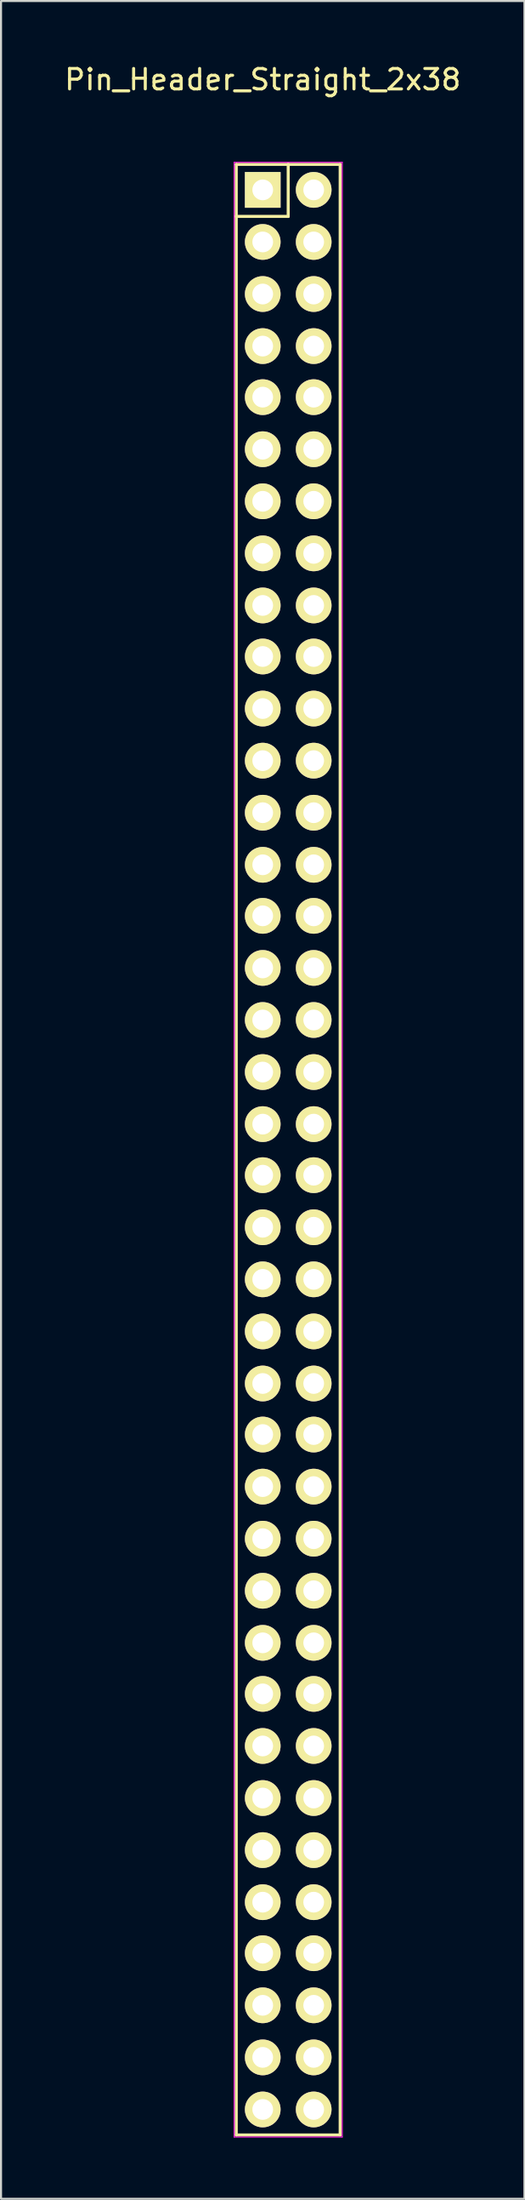
<source format=kicad_pcb>
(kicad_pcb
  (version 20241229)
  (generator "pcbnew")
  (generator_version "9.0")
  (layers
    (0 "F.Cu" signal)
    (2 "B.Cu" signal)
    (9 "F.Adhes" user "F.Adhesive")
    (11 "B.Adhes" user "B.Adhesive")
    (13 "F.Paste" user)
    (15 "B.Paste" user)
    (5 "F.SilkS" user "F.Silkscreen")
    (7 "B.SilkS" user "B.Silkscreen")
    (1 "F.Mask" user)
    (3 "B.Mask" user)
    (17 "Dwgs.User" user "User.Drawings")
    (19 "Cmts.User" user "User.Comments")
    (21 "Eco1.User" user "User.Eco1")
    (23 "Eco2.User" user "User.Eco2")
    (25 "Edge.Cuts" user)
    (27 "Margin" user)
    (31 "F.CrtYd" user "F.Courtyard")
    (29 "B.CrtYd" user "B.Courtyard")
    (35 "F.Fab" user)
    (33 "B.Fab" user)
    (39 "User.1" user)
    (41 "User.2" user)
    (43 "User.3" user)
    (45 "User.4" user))
  (footprint "Pin_Header_Straight_2x38"
    (layer "F.Cu")
    (at 9.839 6.248)
    (property "Reference" "Pin_Header_Straight_2x38" (at 0 -5.4 0) (layer "F.SilkS") (effects (font (size 1 1) (thickness 0.15))))
    (attr through_hole)
    (fp_line (start -1.3 -1.25) (end -1.3 1.3) (stroke (width 0.15) (type solid)) (layer "F.SilkS"))
    (fp_line (start -1.3 -1.25) (end 1.25 -1.25) (stroke (width 0.15) (type solid)) (layer "F.SilkS"))
    (fp_line (start -1.3 95.25) (end -1.3 1.3) (stroke (width 0.15) (type solid)) (layer "F.SilkS"))
    (fp_line (start 1.25 -1.25) (end 1.25 1.3) (stroke (width 0.15) (type solid)) (layer "F.SilkS"))
    (fp_line (start 1.25 1.3) (end -1.3 1.3) (stroke (width 0.15) (type solid)) (layer "F.SilkS"))
    (fp_line (start 3.8 -1.25) (end 1.25 -1.25) (stroke (width 0.15) (type solid)) (layer "F.SilkS"))
    (fp_line (start 3.8 -1.25) (end 3.8 95.25) (stroke (width 0.15) (type solid)) (layer "F.SilkS"))
    (fp_line (start 3.8 95.25) (end -1.3 95.25) (stroke (width 0.15) (type solid)) (layer "F.SilkS"))
    (fp_line (start -1.4 -1.35) (end -1.4 95.35) (stroke (width 0.05) (type solid)) (layer "F.CrtYd"))
    (fp_line (start -1.4 -1.35) (end 3.9 -1.35) (stroke (width 0.05) (type solid)) (layer "F.CrtYd"))
    (fp_line (start -1.4 95.35) (end 3.9 95.35) (stroke (width 0.05) (type solid)) (layer "F.CrtYd"))
    (fp_line (start 3.9 -1.35) (end 3.9 95.35) (stroke (width 0.05) (type solid)) (layer "F.CrtYd"))
    (pad "1" thru_hole rect (at 0 0) (size 1.75 1.75) (drill 1.016) (layers "*.Cu" "*.Mask" "F.SilkS"))
    (pad "2" thru_hole oval (at 2.5 0) (size 1.75 1.75) (drill 1.016) (layers "*.Cu" "*.Mask" "F.SilkS"))
    (pad "3" thru_hole oval (at 0 2.55) (size 1.75 1.75) (drill 1.016) (layers "*.Cu" "*.Mask" "F.SilkS"))
    (pad "4" thru_hole oval (at 2.5 2.55) (size 1.75 1.75) (drill 1.016) (layers "*.Cu" "*.Mask" "F.SilkS"))
    (pad "5" thru_hole oval (at 0 5.1) (size 1.75 1.75) (drill 1.016) (layers "*.Cu" "*.Mask" "F.SilkS"))
    (pad "6" thru_hole oval (at 2.5 5.1) (size 1.75 1.75) (drill 1.016) (layers "*.Cu" "*.Mask" "F.SilkS"))
    (pad "7" thru_hole oval (at 0 7.65) (size 1.75 1.75) (drill 1.016) (layers "*.Cu" "*.Mask" "F.SilkS"))
    (pad "8" thru_hole oval (at 2.5 7.65) (size 1.75 1.75) (drill 1.016) (layers "*.Cu" "*.Mask" "F.SilkS"))
    (pad "9" thru_hole oval (at 0 10.15) (size 1.75 1.75) (drill 1.016) (layers "*.Cu" "*.Mask" "F.SilkS"))
    (pad "10" thru_hole oval (at 2.5 10.15) (size 1.75 1.75) (drill 1.016) (layers "*.Cu" "*.Mask" "F.SilkS"))
    (pad "11" thru_hole oval (at 0 12.7) (size 1.75 1.75) (drill 1.016) (layers "*.Cu" "*.Mask" "F.SilkS"))
    (pad "12" thru_hole oval (at 2.5 12.7) (size 1.75 1.75) (drill 1.016) (layers "*.Cu" "*.Mask" "F.SilkS"))
    (pad "13" thru_hole oval (at 0 15.25) (size 1.75 1.75) (drill 1.016) (layers "*.Cu" "*.Mask" "F.SilkS"))
    (pad "14" thru_hole oval (at 2.5 15.25) (size 1.75 1.75) (drill 1.016) (layers "*.Cu" "*.Mask" "F.SilkS"))
    (pad "15" thru_hole oval (at 0 17.8) (size 1.75 1.75) (drill 1.016) (layers "*.Cu" "*.Mask" "F.SilkS"))
    (pad "16" thru_hole oval (at 2.5 17.8) (size 1.75 1.75) (drill 1.016) (layers "*.Cu" "*.Mask" "F.SilkS"))
    (pad "17" thru_hole oval (at 0 20.35) (size 1.75 1.75) (drill 1.016) (layers "*.Cu" "*.Mask" "F.SilkS"))
    (pad "18" thru_hole oval (at 2.5 20.35) (size 1.75 1.75) (drill 1.016) (layers "*.Cu" "*.Mask" "F.SilkS"))
    (pad "19" thru_hole oval (at 0 22.85) (size 1.75 1.75) (drill 1.016) (layers "*.Cu" "*.Mask" "F.SilkS"))
    (pad "20" thru_hole oval (at 2.5 22.85) (size 1.75 1.75) (drill 1.016) (layers "*.Cu" "*.Mask" "F.SilkS"))
    (pad "21" thru_hole oval (at 0 25.4) (size 1.75 1.75) (drill 1.016) (layers "*.Cu" "*.Mask" "F.SilkS"))
    (pad "22" thru_hole oval (at 2.5 25.4) (size 1.75 1.75) (drill 1.016) (layers "*.Cu" "*.Mask" "F.SilkS"))
    (pad "23" thru_hole oval (at 0 27.95) (size 1.75 1.75) (drill 1.016) (layers "*.Cu" "*.Mask" "F.SilkS"))
    (pad "24" thru_hole oval (at 2.5 27.95) (size 1.75 1.75) (drill 1.016) (layers "*.Cu" "*.Mask" "F.SilkS"))
    (pad "25" thru_hole oval (at 0 30.5) (size 1.75 1.75) (drill 1.016) (layers "*.Cu" "*.Mask" "F.SilkS"))
    (pad "26" thru_hole oval (at 2.5 30.5) (size 1.75 1.75) (drill 1.016) (layers "*.Cu" "*.Mask" "F.SilkS"))
    (pad "27" thru_hole oval (at 0 33.05) (size 1.75 1.75) (drill 1.016) (layers "*.Cu" "*.Mask" "F.SilkS"))
    (pad "28" thru_hole oval (at 2.5 33.05) (size 1.75 1.75) (drill 1.016) (layers "*.Cu" "*.Mask" "F.SilkS"))
    (pad "29" thru_hole oval (at 0 35.55) (size 1.75 1.75) (drill 1.016) (layers "*.Cu" "*.Mask" "F.SilkS"))
    (pad "30" thru_hole oval (at 2.5 35.55) (size 1.75 1.75) (drill 1.016) (layers "*.Cu" "*.Mask" "F.SilkS"))
    (pad "31" thru_hole oval (at 0 38.1) (size 1.75 1.75) (drill 1.016) (layers "*.Cu" "*.Mask" "F.SilkS"))
    (pad "32" thru_hole oval (at 2.5 38.1) (size 1.75 1.75) (drill 1.016) (layers "*.Cu" "*.Mask" "F.SilkS"))
    (pad "33" thru_hole oval (at 0 40.65) (size 1.75 1.75) (drill 1.016) (layers "*.Cu" "*.Mask" "F.SilkS"))
    (pad "34" thru_hole oval (at 2.5 40.65) (size 1.75 1.75) (drill 1.016) (layers "*.Cu" "*.Mask" "F.SilkS"))
    (pad "35" thru_hole oval (at 0 43.2) (size 1.75 1.75) (drill 1.016) (layers "*.Cu" "*.Mask" "F.SilkS"))
    (pad "36" thru_hole oval (at 2.5 43.2) (size 1.75 1.75) (drill 1.016) (layers "*.Cu" "*.Mask" "F.SilkS"))
    (pad "37" thru_hole oval (at 0 45.75) (size 1.75 1.75) (drill 1.016) (layers "*.Cu" "*.Mask" "F.SilkS"))
    (pad "38" thru_hole oval (at 2.5 45.75) (size 1.75 1.75) (drill 1.016) (layers "*.Cu" "*.Mask" "F.SilkS"))
    (pad "39" thru_hole oval (at 0 48.25) (size 1.75 1.75) (drill 1.016) (layers "*.Cu" "*.Mask" "F.SilkS"))
    (pad "40" thru_hole oval (at 2.5 48.25) (size 1.75 1.75) (drill 1.016) (layers "*.Cu" "*.Mask" "F.SilkS"))
    (pad "41" thru_hole oval (at 0 50.8) (size 1.75 1.75) (drill 1.016) (layers "*.Cu" "*.Mask" "F.SilkS"))
    (pad "42" thru_hole oval (at 2.5 50.8) (size 1.75 1.75) (drill 1.016) (layers "*.Cu" "*.Mask" "F.SilkS"))
    (pad "43" thru_hole oval (at 0 53.35) (size 1.75 1.75) (drill 1.016) (layers "*.Cu" "*.Mask" "F.SilkS"))
    (pad "44" thru_hole oval (at 2.5 53.35) (size 1.75 1.75) (drill 1.016) (layers "*.Cu" "*.Mask" "F.SilkS"))
    (pad "45" thru_hole oval (at 0 55.9) (size 1.75 1.75) (drill 1.016) (layers "*.Cu" "*.Mask" "F.SilkS"))
    (pad "46" thru_hole oval (at 2.5 55.9) (size 1.75 1.75) (drill 1.016) (layers "*.Cu" "*.Mask" "F.SilkS"))
    (pad "47" thru_hole oval (at 0 58.45) (size 1.75 1.75) (drill 1.016) (layers "*.Cu" "*.Mask" "F.SilkS"))
    (pad "48" thru_hole oval (at 2.5 58.45) (size 1.75 1.75) (drill 1.016) (layers "*.Cu" "*.Mask" "F.SilkS"))
    (pad "49" thru_hole oval (at 0 60.95) (size 1.75 1.75) (drill 1.016) (layers "*.Cu" "*.Mask" "F.SilkS"))
    (pad "50" thru_hole oval (at 2.5 60.95) (size 1.75 1.75) (drill 1.016) (layers "*.Cu" "*.Mask" "F.SilkS"))
    (pad "51" thru_hole oval (at 0 63.5) (size 1.75 1.75) (drill 1.016) (layers "*.Cu" "*.Mask" "F.SilkS"))
    (pad "52" thru_hole oval (at 2.5 63.5) (size 1.75 1.75) (drill 1.016) (layers "*.Cu" "*.Mask" "F.SilkS"))
    (pad "53" thru_hole oval (at 0 66.05) (size 1.75 1.75) (drill 1.016) (layers "*.Cu" "*.Mask" "F.SilkS"))
    (pad "54" thru_hole oval (at 2.5 66.05) (size 1.75 1.75) (drill 1.016) (layers "*.Cu" "*.Mask" "F.SilkS"))
    (pad "55" thru_hole oval (at 0 68.6) (size 1.75 1.75) (drill 1.016) (layers "*.Cu" "*.Mask" "F.SilkS"))
    (pad "56" thru_hole oval (at 2.5 68.6) (size 1.75 1.75) (drill 1.016) (layers "*.Cu" "*.Mask" "F.SilkS"))
    (pad "57" thru_hole oval (at 0 71.15) (size 1.75 1.75) (drill 1.016) (layers "*.Cu" "*.Mask" "F.SilkS"))
    (pad "58" thru_hole oval (at 2.5 71.15) (size 1.75 1.75) (drill 1.016) (layers "*.Cu" "*.Mask" "F.SilkS"))
    (pad "59" thru_hole oval (at 0 73.65) (size 1.75 1.75) (drill 1.016) (layers "*.Cu" "*.Mask" "F.SilkS"))
    (pad "60" thru_hole oval (at 2.5 73.65) (size 1.75 1.75) (drill 1.016) (layers "*.Cu" "*.Mask" "F.SilkS"))
    (pad "61" thru_hole oval (at 0 76.2) (size 1.75 1.75) (drill 1.016) (layers "*.Cu" "*.Mask" "F.SilkS"))
    (pad "62" thru_hole oval (at 2.5 76.2) (size 1.75 1.75) (drill 1.016) (layers "*.Cu" "*.Mask" "F.SilkS"))
    (pad "63" thru_hole oval (at 0 78.75) (size 1.75 1.75) (drill 1.016) (layers "*.Cu" "*.Mask" "F.SilkS"))
    (pad "64" thru_hole oval (at 2.5 78.75) (size 1.75 1.75) (drill 1.016) (layers "*.Cu" "*.Mask" "F.SilkS"))
    (pad "65" thru_hole oval (at 0 81.3) (size 1.75 1.75) (drill 1.016) (layers "*.Cu" "*.Mask" "F.SilkS"))
    (pad "66" thru_hole oval (at 2.5 81.3) (size 1.75 1.75) (drill 1.016) (layers "*.Cu" "*.Mask" "F.SilkS"))
    (pad "67" thru_hole oval (at 0 83.85) (size 1.75 1.75) (drill 1.016) (layers "*.Cu" "*.Mask" "F.SilkS"))
    (pad "68" thru_hole oval (at 2.5 83.85) (size 1.75 1.75) (drill 1.016) (layers "*.Cu" "*.Mask" "F.SilkS"))
    (pad "69" thru_hole oval (at 0 86.35) (size 1.75 1.75) (drill 1.016) (layers "*.Cu" "*.Mask" "F.SilkS"))
    (pad "70" thru_hole oval (at 2.5 86.35) (size 1.75 1.75) (drill 1.016) (layers "*.Cu" "*.Mask" "F.SilkS"))
    (pad "71" thru_hole oval (at 0 88.9) (size 1.75 1.75) (drill 1.016) (layers "*.Cu" "*.Mask" "F.SilkS"))
    (pad "72" thru_hole oval (at 2.5 88.9) (size 1.75 1.75) (drill 1.016) (layers "*.Cu" "*.Mask" "F.SilkS"))
    (pad "73" thru_hole oval (at 0 91.45) (size 1.75 1.75) (drill 1.016) (layers "*.Cu" "*.Mask" "F.SilkS"))
    (pad "74" thru_hole oval (at 2.5 91.45) (size 1.75 1.75) (drill 1.016) (layers "*.Cu" "*.Mask" "F.SilkS"))
    (pad "75" thru_hole oval (at 0 94) (size 1.75 1.75) (drill 1.016) (layers "*.Cu" "*.Mask" "F.SilkS"))
    (pad "76" thru_hole oval (at 2.5 94) (size 1.75 1.75) (drill 1.016) (layers "*.Cu" "*.Mask" "F.SilkS")))
  (gr_rect
    (start -3 -3)
    (end 22.679 104.623)
    (stroke (width 0.1) (type default))
    (fill no)
    (layer "Edge.Cuts")))
</source>
